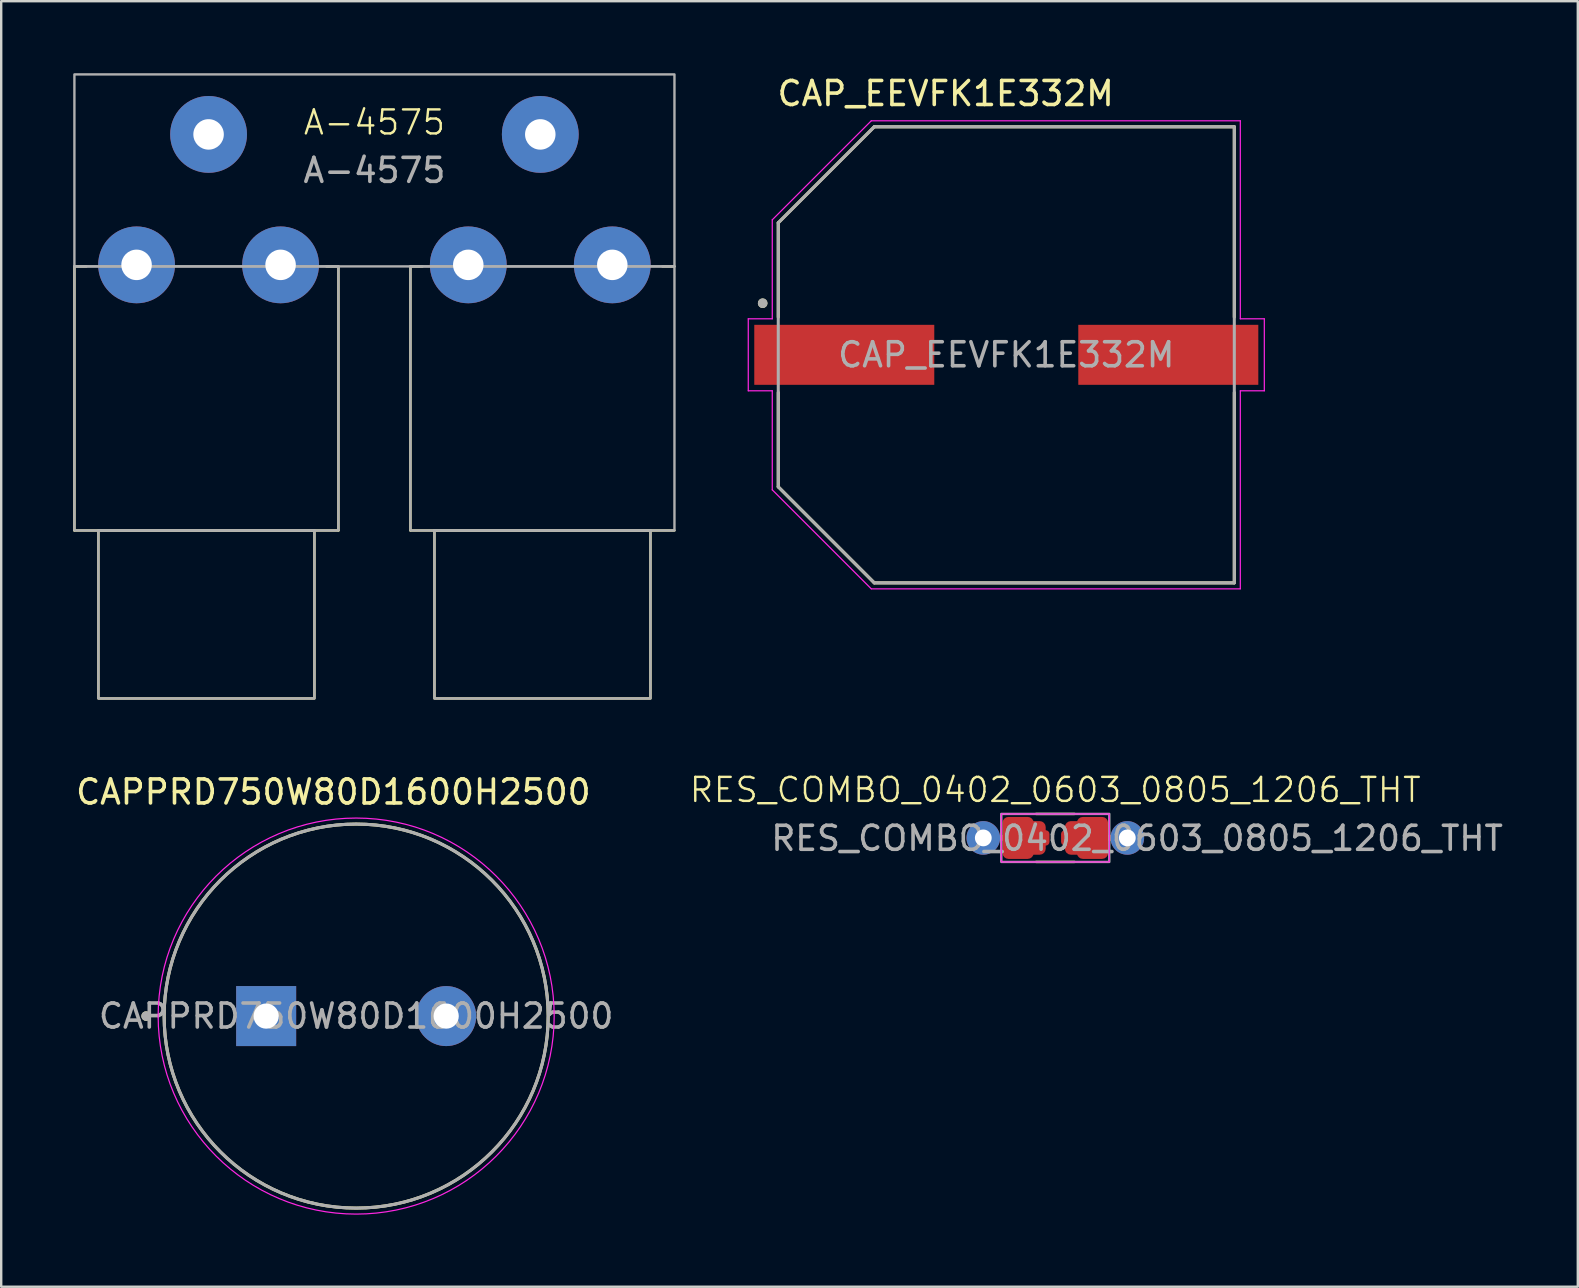
<source format=kicad_pcb>
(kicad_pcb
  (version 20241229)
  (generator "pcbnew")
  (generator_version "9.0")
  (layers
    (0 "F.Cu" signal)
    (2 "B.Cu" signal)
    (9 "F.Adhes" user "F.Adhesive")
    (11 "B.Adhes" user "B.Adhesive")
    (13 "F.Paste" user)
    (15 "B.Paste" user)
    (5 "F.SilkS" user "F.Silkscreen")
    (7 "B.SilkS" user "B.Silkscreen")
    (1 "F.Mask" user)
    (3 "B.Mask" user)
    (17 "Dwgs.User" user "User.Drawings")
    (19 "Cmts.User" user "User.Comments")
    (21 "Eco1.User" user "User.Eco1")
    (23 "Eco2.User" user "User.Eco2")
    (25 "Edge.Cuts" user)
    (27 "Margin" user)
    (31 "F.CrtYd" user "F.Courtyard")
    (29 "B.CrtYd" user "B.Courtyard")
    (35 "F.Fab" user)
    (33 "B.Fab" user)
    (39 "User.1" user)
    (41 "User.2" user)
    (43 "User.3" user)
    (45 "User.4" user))
  (footprint "CAPPRD750W80D1600H2500"
    (layer "F.Cu")
    (at 11.789 39.283)
    (property "Reference" "CAPPRD750W80D1600H2500" (at -0.95 -9.335 0) (layer "F.SilkS") (effects (font (size 1 1) (thickness 0.15))))
    (attr through_hole)
    (fp_circle (center -8.75 0) (end -8.65 0) (stroke (width 0.2) (type solid)) (fill no) (layer "F.SilkS"))
    (fp_circle (center 0 0) (end 8 0) (stroke (width 0.127) (type solid)) (fill no) (layer "F.SilkS"))
    (fp_circle (center 0 0) (end 8.25 0) (stroke (width 0.05) (type solid)) (fill no) (layer "F.CrtYd"))
    (fp_circle (center -8.75 0) (end -8.65 0) (stroke (width 0.2) (type solid)) (fill no) (layer "F.Fab"))
    (fp_circle (center 0 0) (end 8 0) (stroke (width 0.127) (type solid)) (fill no) (layer "F.Fab"))
    (fp_text user "${REFERENCE}" (at 0 0 0) (unlocked yes) (layer "F.Fab") (effects (font (size 1 1) (thickness 0.15))))
    (pad "1" thru_hole rect (at -3.75 0) (size 2.5 2.5) (drill 1.05) (layers "*.Cu" "*.Mask"))
    (pad "2" thru_hole circle (at 3.75 0) (size 2.5 2.5) (drill 1.05) (layers "*.Cu" "*.Mask")))
  (footprint "RES_COMBO_0402_0603_0805_1206_THT"
    (layer "F.Cu")
    (at 40.917 31.86)
    (property "Reference" "RES_COMBO_0402_0603_0805_1206_THT" (at 0 -2 0) (unlocked yes) (layer "F.SilkS") (effects (font (size 1 1) (thickness 0.1))))
    (attr smd)
    (fp_line (start -1.55 0) (end -3 0) (stroke (width 0.25) (type solid)) (layer "F.Cu"))
    (fp_line (start 3 0) (end 1.55 0) (stroke (width 0.25) (type solid)) (layer "F.Cu"))
    (fp_line (start -0.8 -1) (end 0.8 -1) (stroke (width 0.1) (type solid)) (layer "F.SilkS"))
    (fp_line (start -0.8 1) (end 0.8 1) (stroke (width 0.1) (type solid)) (layer "F.SilkS"))
    (fp_rect (start -2.25 -1) (end 2.25 1) (stroke (width 0.05) (type default)) (fill no) (layer "F.CrtYd"))
    (fp_rect (start -2.25 -1) (end 2.25 1) (stroke (width 0.1) (type default)) (fill no) (layer "F.Fab"))
    (fp_text user "${REFERENCE}" (at 3.407 0.017 0) (unlocked yes) (layer "F.Fab") (effects (font (size 1 1) (thickness 0.15))))
    (pad "1" thru_hole circle (at -3 0) (size 1.4 1.4) (drill 0.7) (layers "*.Cu" "*.Mask"))
    (pad "1" smd roundrect (at -1.55 0) (size 1.3 1.75) (layers "F.Cu" "F.Mask") (roundrect_rratio 0.192))
    (pad "1" smd roundrect (at -1 0) (size 1.2 1.4) (layers "F.Cu" "F.Mask") (roundrect_rratio 0.208))
    (pad "1" smd roundrect (at -0.598 0) (size 0.715 0.64) (layers "F.Cu" "F.Mask") (roundrect_rratio 0.25))
    (pad "2" smd roundrect (at 0.598 0) (size 0.715 0.64) (layers "F.Cu" "F.Mask") (roundrect_rratio 0.25))
    (pad "2" smd roundrect (at 1 0) (size 1.2 1.4) (layers "F.Cu" "F.Mask") (roundrect_rratio 0.208))
    (pad "2" smd roundrect (at 1.55 0) (size 1.3 1.75) (layers "F.Cu" "F.Mask") (roundrect_rratio 0.192))
    (pad "2" thru_hole oval (at 3 0) (size 1.4 1.4) (drill 0.7) (layers "*.Cu" "*.Mask")))
  (footprint "A-4575"
    (layer "F.Cu")
    (at 12.55 2.55)
    (property "Reference" "A-4575" (at 0 -0.5 0) (unlocked yes) (layer "F.SilkS") (effects (font (size 1 1) (thickness 0.1))))
    (attr smd)
    (fp_line (start -12.5 5.5) (end -12.5 16.5) (stroke (width 0.1) (type default)) (layer "F.SilkS"))
    (fp_line (start -12.5 16.5) (end -1.5 16.5) (stroke (width 0.1) (type default)) (layer "F.SilkS"))
    (fp_line (start -12 5.5) (end -12.5 5.5) (stroke (width 0.1) (type default)) (layer "F.SilkS"))
    (fp_line (start -1.5 5.5) (end -2 5.5) (stroke (width 0.1) (type default)) (layer "F.SilkS"))
    (fp_line (start -1.5 16.5) (end -1.5 5.5) (stroke (width 0.1) (type default)) (layer "F.SilkS"))
    (fp_line (start 1.5 5.5) (end 1.5 16.5) (stroke (width 0.1) (type default)) (layer "F.SilkS"))
    (fp_line (start 1.5 16.5) (end 12.5 16.5) (stroke (width 0.1) (type default)) (layer "F.SilkS"))
    (fp_line (start 2 5.5) (end 1.5 5.5) (stroke (width 0.1) (type default)) (layer "F.SilkS"))
    (fp_line (start 12.5 5.5) (end 12 5.5) (stroke (width 0.1) (type default)) (layer "F.SilkS"))
    (fp_rect (start -11.5 16.5) (end -2.5 23.5) (stroke (width 0.1) (type default)) (fill no) (layer "F.SilkS"))
    (fp_rect (start 2.5 16.5) (end 11.5 23.5) (stroke (width 0.1) (type default)) (fill no) (layer "F.SilkS"))
    (fp_rect (start -12.5 -2.5) (end 12.5 5.5) (stroke (width 0.1) (type default)) (fill no) (layer "F.Fab"))
    (fp_rect (start -12.5 5.5) (end -1.5 16.5) (stroke (width 0.1) (type default)) (fill no) (layer "F.Fab"))
    (fp_rect (start -11.5 16.5) (end -2.5 23.5) (stroke (width 0.1) (type default)) (fill no) (layer "F.Fab"))
    (fp_rect (start 1.5 5.5) (end 12.5 16.5) (stroke (width 0.1) (type default)) (fill no) (layer "F.Fab"))
    (fp_rect (start 2.5 16.5) (end 11.5 23.5) (stroke (width 0.1) (type default)) (fill no) (layer "F.Fab"))
    (fp_text user "${REFERENCE}" (at 0 1.5 0) (unlocked yes) (layer "F.Fab") (effects (font (size 1 1) (thickness 0.15))))
    (pad "SA" thru_hole circle (at -6.91 0) (size 3.2 3.2) (drill 1.27) (layers "*.Cu" "*.Mask"))
    (pad "SB" thru_hole circle (at 6.91 0) (size 3.2 3.2) (drill 1.27) (layers "*.Cu" "*.Mask"))
    (pad "T1A" thru_hole circle (at -9.91 5.435) (size 3.2 3.2) (drill 1.27) (layers "*.Cu" "*.Mask"))
    (pad "T1B" thru_hole circle (at 3.91 5.435) (size 3.2 3.2) (drill 1.27) (layers "*.Cu" "*.Mask"))
    (pad "T2A" thru_hole circle (at -3.91 5.435) (size 3.2 3.2) (drill 1.27) (layers "*.Cu" "*.Mask"))
    (pad "T2B" thru_hole circle (at 9.91 5.435) (size 3.2 3.2) (drill 1.27) (layers "*.Cu" "*.Mask")))
  (footprint "CAP_EEVFK1E332M"
    (layer "F.Cu")
    (at 38.875 11.733)
    (property "Reference" "CAP_EEVFK1E332M" (at -2.525 -10.885 0) (layer "F.SilkS") (effects (font (size 1 1) (thickness 0.15))))
    (attr smd)
    (fp_line (start -9.5 -5.5) (end -9.5 -1.57) (stroke (width 0.127) (type solid)) (layer "F.SilkS"))
    (fp_line (start -9.5 1.57) (end -9.5 5.5) (stroke (width 0.127) (type solid)) (layer "F.SilkS"))
    (fp_line (start -9.5 5.5) (end -5.5 9.5) (stroke (width 0.127) (type solid)) (layer "F.SilkS"))
    (fp_line (start -5.5 -9.5) (end -9.5 -5.5) (stroke (width 0.127) (type solid)) (layer "F.SilkS"))
    (fp_line (start -5.5 9.5) (end 9.5 9.5) (stroke (width 0.127) (type solid)) (layer "F.SilkS"))
    (fp_line (start 9.5 -9.5) (end -5.5 -9.5) (stroke (width 0.127) (type solid)) (layer "F.SilkS"))
    (fp_line (start 9.5 -1.57) (end 9.5 -9.5) (stroke (width 0.127) (type solid)) (layer "F.SilkS"))
    (fp_line (start 9.5 9.5) (end 9.5 1.57) (stroke (width 0.127) (type solid)) (layer "F.SilkS"))
    (fp_circle (center -10.15 -2.15) (end -10.05 -2.15) (stroke (width 0.2) (type solid)) (fill no) (layer "F.SilkS"))
    (fp_line (start -10.75 -1.5) (end -9.75 -1.5) (stroke (width 0.05) (type solid)) (layer "F.CrtYd"))
    (fp_line (start -10.75 1.5) (end -10.75 -1.5) (stroke (width 0.05) (type solid)) (layer "F.CrtYd"))
    (fp_line (start -9.75 -5.625) (end -5.625 -9.75) (stroke (width 0.05) (type solid)) (layer "F.CrtYd"))
    (fp_line (start -9.75 -1.5) (end -9.75 -5.625) (stroke (width 0.05) (type solid)) (layer "F.CrtYd"))
    (fp_line (start -9.75 1.5) (end -10.75 1.5) (stroke (width 0.05) (type solid)) (layer "F.CrtYd"))
    (fp_line (start -9.75 5.625) (end -9.75 1.5) (stroke (width 0.05) (type solid)) (layer "F.CrtYd"))
    (fp_line (start -5.625 -9.75) (end 9.75 -9.75) (stroke (width 0.05) (type solid)) (layer "F.CrtYd"))
    (fp_line (start -5.625 9.75) (end -9.75 5.625) (stroke (width 0.05) (type solid)) (layer "F.CrtYd"))
    (fp_line (start 9.75 -9.75) (end 9.75 -1.5) (stroke (width 0.05) (type solid)) (layer "F.CrtYd"))
    (fp_line (start 9.75 -1.5) (end 10.75 -1.5) (stroke (width 0.05) (type solid)) (layer "F.CrtYd"))
    (fp_line (start 9.75 1.5) (end 9.75 9.75) (stroke (width 0.05) (type solid)) (layer "F.CrtYd"))
    (fp_line (start 9.75 9.75) (end -5.625 9.75) (stroke (width 0.05) (type solid)) (layer "F.CrtYd"))
    (fp_line (start 10.75 -1.5) (end 10.75 1.5) (stroke (width 0.05) (type solid)) (layer "F.CrtYd"))
    (fp_line (start 10.75 1.5) (end 9.75 1.5) (stroke (width 0.05) (type solid)) (layer "F.CrtYd"))
    (fp_line (start -9.5 -5.5) (end -9.5 5.5) (stroke (width 0.127) (type solid)) (layer "F.Fab"))
    (fp_line (start -9.5 5.5) (end -5.5 9.5) (stroke (width 0.127) (type solid)) (layer "F.Fab"))
    (fp_line (start -5.5 -9.5) (end -9.5 -5.5) (stroke (width 0.127) (type solid)) (layer "F.Fab"))
    (fp_line (start -5.5 9.5) (end 9.5 9.5) (stroke (width 0.127) (type solid)) (layer "F.Fab"))
    (fp_line (start 9.5 -9.5) (end -5.5 -9.5) (stroke (width 0.127) (type solid)) (layer "F.Fab"))
    (fp_line (start 9.5 9.5) (end 9.5 -9.5) (stroke (width 0.127) (type solid)) (layer "F.Fab"))
    (fp_circle (center -10.15 -2.15) (end -10.05 -2.15) (stroke (width 0.2) (type solid)) (fill no) (layer "F.Fab"))
    (fp_text user "${REFERENCE}" (at 0 0 0) (unlocked yes) (layer "F.Fab") (effects (font (size 1 1) (thickness 0.15))))
    (pad "1" smd rect (at -6.75 0) (size 7.5 2.5) (layers "F.Cu" "F.Mask" "F.Paste"))
    (pad "2" smd rect (at 6.75 0) (size 7.5 2.5) (layers "F.Cu" "F.Mask" "F.Paste")))
  (gr_rect
    (start -3 -3)
    (end 62.686 50.558)
    (stroke (width 0.1) (type default))
    (fill no)
    (layer "Edge.Cuts")))
</source>
